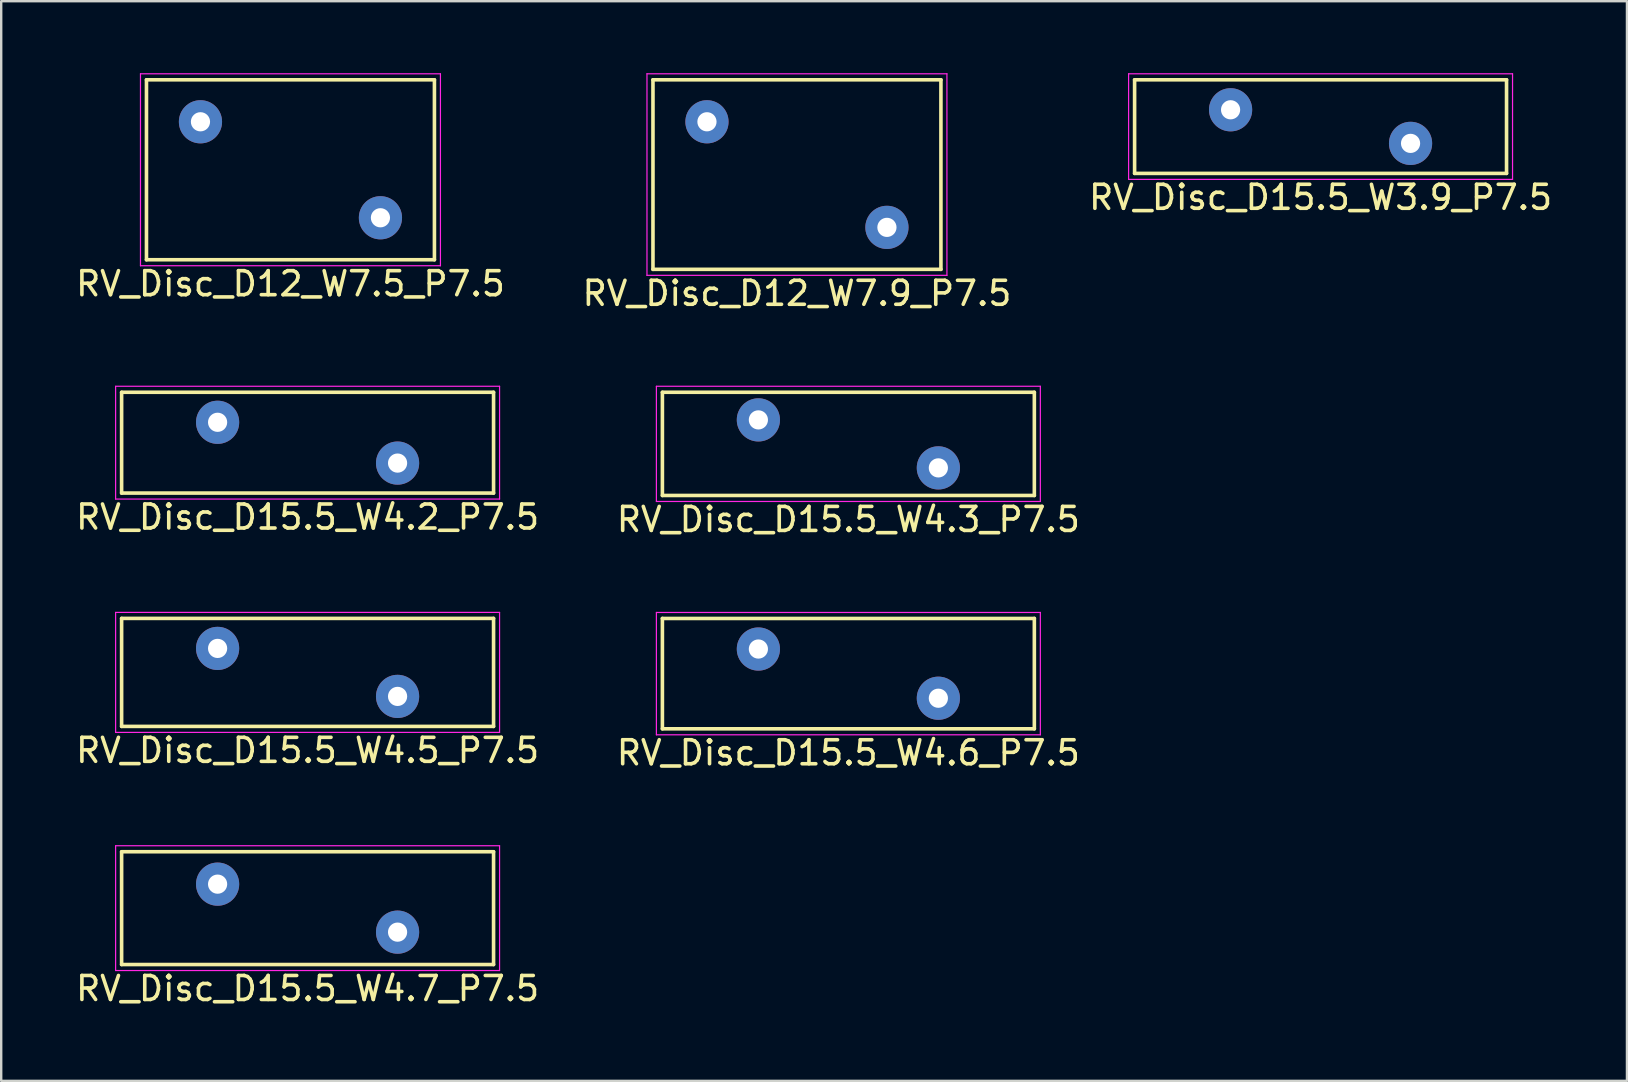
<source format=kicad_pcb>
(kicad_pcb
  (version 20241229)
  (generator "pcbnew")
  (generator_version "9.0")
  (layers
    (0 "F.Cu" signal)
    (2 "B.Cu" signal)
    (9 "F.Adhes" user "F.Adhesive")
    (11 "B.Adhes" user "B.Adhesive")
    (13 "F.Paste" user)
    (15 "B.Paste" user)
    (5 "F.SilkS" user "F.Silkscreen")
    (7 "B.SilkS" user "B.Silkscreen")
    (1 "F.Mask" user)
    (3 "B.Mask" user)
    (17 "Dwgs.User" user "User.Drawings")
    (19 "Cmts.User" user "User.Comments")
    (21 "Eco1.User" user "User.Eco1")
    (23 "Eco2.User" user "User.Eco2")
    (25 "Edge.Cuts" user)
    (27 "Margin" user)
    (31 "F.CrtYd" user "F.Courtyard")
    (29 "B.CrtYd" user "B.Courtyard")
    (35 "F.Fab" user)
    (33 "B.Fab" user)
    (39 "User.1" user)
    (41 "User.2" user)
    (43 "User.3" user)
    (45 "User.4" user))
  (footprint "RV_Disc_D15.5_W4.5_P7.5"
    (layer "F.Cu")
    (at 6.018 23.971)
    (property "Reference" "RV_Disc_D15.5_W4.5_P7.5" (at 3.75 4.25 0) (layer "F.SilkS") (effects (font (size 1 1) (thickness 0.15))))
    (attr through_hole)
    (fp_line (start -4 -1.25) (end -4 3.25) (stroke (width 0.15) (type solid)) (layer "F.SilkS"))
    (fp_line (start -4 -1.25) (end 11.5 -1.25) (stroke (width 0.15) (type solid)) (layer "F.SilkS"))
    (fp_line (start -4 3.25) (end 11.5 3.25) (stroke (width 0.15) (type solid)) (layer "F.SilkS"))
    (fp_line (start 11.5 -1.25) (end 11.5 3.25) (stroke (width 0.15) (type solid)) (layer "F.SilkS"))
    (fp_line (start -4.25 -1.5) (end -4.25 3.5) (stroke (width 0.05) (type solid)) (layer "F.CrtYd"))
    (fp_line (start -4.25 -1.5) (end 11.75 -1.5) (stroke (width 0.05) (type solid)) (layer "F.CrtYd"))
    (fp_line (start -4.25 3.5) (end 11.75 3.5) (stroke (width 0.05) (type solid)) (layer "F.CrtYd"))
    (fp_line (start 11.75 -1.5) (end 11.75 3.5) (stroke (width 0.05) (type solid)) (layer "F.CrtYd"))
    (pad "1" thru_hole circle (at 0 0) (size 1.8 1.8) (drill 0.8) (layers "*.Cu" "*.Mask"))
    (pad "2" thru_hole circle (at 7.5 2) (size 1.8 1.8) (drill 0.8) (layers "*.Cu" "*.Mask")))
  (footprint "RV_Disc_D12_W7.9_P7.5"
    (layer "F.Cu")
    (at 26.411 2.025)
    (property "Reference" "RV_Disc_D12_W7.9_P7.5" (at 3.75 7.15 0) (layer "F.SilkS") (effects (font (size 1 1) (thickness 0.15))))
    (attr through_hole)
    (fp_line (start -2.25 -1.75) (end -2.25 6.15) (stroke (width 0.15) (type solid)) (layer "F.SilkS"))
    (fp_line (start -2.25 -1.75) (end 9.75 -1.75) (stroke (width 0.15) (type solid)) (layer "F.SilkS"))
    (fp_line (start -2.25 6.15) (end 9.75 6.15) (stroke (width 0.15) (type solid)) (layer "F.SilkS"))
    (fp_line (start 9.75 -1.75) (end 9.75 6.15) (stroke (width 0.15) (type solid)) (layer "F.SilkS"))
    (fp_line (start -2.5 -2) (end -2.5 6.4) (stroke (width 0.05) (type solid)) (layer "F.CrtYd"))
    (fp_line (start -2.5 -2) (end 10 -2) (stroke (width 0.05) (type solid)) (layer "F.CrtYd"))
    (fp_line (start -2.5 6.4) (end 10 6.4) (stroke (width 0.05) (type solid)) (layer "F.CrtYd"))
    (fp_line (start 10 -2) (end 10 6.4) (stroke (width 0.05) (type solid)) (layer "F.CrtYd"))
    (pad "1" thru_hole circle (at 0 0) (size 1.8 1.8) (drill 0.8) (layers "*.Cu" "*.Mask"))
    (pad "2" thru_hole circle (at 7.5 4.4) (size 1.8 1.8) (drill 0.8) (layers "*.Cu" "*.Mask")))
  (footprint "RV_Disc_D12_W7.5_P7.5"
    (layer "F.Cu")
    (at 5.304 2.025)
    (property "Reference" "RV_Disc_D12_W7.5_P7.5" (at 3.75 6.75 0) (layer "F.SilkS") (effects (font (size 1 1) (thickness 0.15))))
    (attr through_hole)
    (fp_line (start -2.25 -1.75) (end -2.25 5.75) (stroke (width 0.15) (type solid)) (layer "F.SilkS"))
    (fp_line (start -2.25 -1.75) (end 9.75 -1.75) (stroke (width 0.15) (type solid)) (layer "F.SilkS"))
    (fp_line (start -2.25 5.75) (end 9.75 5.75) (stroke (width 0.15) (type solid)) (layer "F.SilkS"))
    (fp_line (start 9.75 -1.75) (end 9.75 5.75) (stroke (width 0.15) (type solid)) (layer "F.SilkS"))
    (fp_line (start -2.5 -2) (end -2.5 6) (stroke (width 0.05) (type solid)) (layer "F.CrtYd"))
    (fp_line (start -2.5 -2) (end 10 -2) (stroke (width 0.05) (type solid)) (layer "F.CrtYd"))
    (fp_line (start -2.5 6) (end 10 6) (stroke (width 0.05) (type solid)) (layer "F.CrtYd"))
    (fp_line (start 10 -2) (end 10 6) (stroke (width 0.05) (type solid)) (layer "F.CrtYd"))
    (pad "1" thru_hole circle (at 0 0) (size 1.8 1.8) (drill 0.8) (layers "*.Cu" "*.Mask"))
    (pad "2" thru_hole circle (at 7.5 4) (size 1.8 1.8) (drill 0.8) (layers "*.Cu" "*.Mask")))
  (footprint "RV_Disc_D15.5_W4.7_P7.5"
    (layer "F.Cu")
    (at 6.018 33.795)
    (property "Reference" "RV_Disc_D15.5_W4.7_P7.5" (at 3.75 4.35 0) (layer "F.SilkS") (effects (font (size 1 1) (thickness 0.15))))
    (attr through_hole)
    (fp_line (start -4 -1.35) (end -4 3.35) (stroke (width 0.15) (type solid)) (layer "F.SilkS"))
    (fp_line (start -4 -1.35) (end 11.5 -1.35) (stroke (width 0.15) (type solid)) (layer "F.SilkS"))
    (fp_line (start -4 3.35) (end 11.5 3.35) (stroke (width 0.15) (type solid)) (layer "F.SilkS"))
    (fp_line (start 11.5 -1.35) (end 11.5 3.35) (stroke (width 0.15) (type solid)) (layer "F.SilkS"))
    (fp_line (start -4.25 -1.6) (end -4.25 3.6) (stroke (width 0.05) (type solid)) (layer "F.CrtYd"))
    (fp_line (start -4.25 -1.6) (end 11.75 -1.6) (stroke (width 0.05) (type solid)) (layer "F.CrtYd"))
    (fp_line (start -4.25 3.6) (end 11.75 3.6) (stroke (width 0.05) (type solid)) (layer "F.CrtYd"))
    (fp_line (start 11.75 -1.6) (end 11.75 3.6) (stroke (width 0.05) (type solid)) (layer "F.CrtYd"))
    (pad "1" thru_hole circle (at 0 0) (size 1.8 1.8) (drill 0.8) (layers "*.Cu" "*.Mask"))
    (pad "2" thru_hole circle (at 7.5 2) (size 1.8 1.8) (drill 0.8) (layers "*.Cu" "*.Mask")))
  (footprint "RV_Disc_D15.5_W3.9_P7.5"
    (layer "F.Cu")
    (at 48.232 1.525)
    (property "Reference" "RV_Disc_D15.5_W3.9_P7.5" (at 3.75 3.65 0) (layer "F.SilkS") (effects (font (size 1 1) (thickness 0.15))))
    (attr through_hole)
    (fp_line (start -4 -1.25) (end -4 2.65) (stroke (width 0.15) (type solid)) (layer "F.SilkS"))
    (fp_line (start -4 -1.25) (end 11.5 -1.25) (stroke (width 0.15) (type solid)) (layer "F.SilkS"))
    (fp_line (start -4 2.65) (end 11.5 2.65) (stroke (width 0.15) (type solid)) (layer "F.SilkS"))
    (fp_line (start 11.5 -1.25) (end 11.5 2.65) (stroke (width 0.15) (type solid)) (layer "F.SilkS"))
    (fp_line (start -4.25 -1.5) (end -4.25 2.9) (stroke (width 0.05) (type solid)) (layer "F.CrtYd"))
    (fp_line (start -4.25 -1.5) (end 11.75 -1.5) (stroke (width 0.05) (type solid)) (layer "F.CrtYd"))
    (fp_line (start -4.25 2.9) (end 11.75 2.9) (stroke (width 0.05) (type solid)) (layer "F.CrtYd"))
    (fp_line (start 11.75 -1.5) (end 11.75 2.9) (stroke (width 0.05) (type solid)) (layer "F.CrtYd"))
    (pad "1" thru_hole circle (at 0 0) (size 1.8 1.8) (drill 0.8) (layers "*.Cu" "*.Mask"))
    (pad "2" thru_hole circle (at 7.5 1.4) (size 1.8 1.8) (drill 0.8) (layers "*.Cu" "*.Mask")))
  (footprint "RV_Disc_D15.5_W4.3_P7.5"
    (layer "F.Cu")
    (at 28.554 14.448)
    (property "Reference" "RV_Disc_D15.5_W4.3_P7.5" (at 3.75 4.15 0) (layer "F.SilkS") (effects (font (size 1 1) (thickness 0.15))))
    (attr through_hole)
    (fp_line (start -4 -1.15) (end -4 3.15) (stroke (width 0.15) (type solid)) (layer "F.SilkS"))
    (fp_line (start -4 -1.15) (end 11.5 -1.15) (stroke (width 0.15) (type solid)) (layer "F.SilkS"))
    (fp_line (start -4 3.15) (end 11.5 3.15) (stroke (width 0.15) (type solid)) (layer "F.SilkS"))
    (fp_line (start 11.5 -1.15) (end 11.5 3.15) (stroke (width 0.15) (type solid)) (layer "F.SilkS"))
    (fp_line (start -4.25 -1.4) (end -4.25 3.4) (stroke (width 0.05) (type solid)) (layer "F.CrtYd"))
    (fp_line (start -4.25 -1.4) (end 11.75 -1.4) (stroke (width 0.05) (type solid)) (layer "F.CrtYd"))
    (fp_line (start -4.25 3.4) (end 11.75 3.4) (stroke (width 0.05) (type solid)) (layer "F.CrtYd"))
    (fp_line (start 11.75 -1.4) (end 11.75 3.4) (stroke (width 0.05) (type solid)) (layer "F.CrtYd"))
    (pad "1" thru_hole circle (at 0 0) (size 1.8 1.8) (drill 0.8) (layers "*.Cu" "*.Mask"))
    (pad "2" thru_hole circle (at 7.5 2) (size 1.8 1.8) (drill 0.8) (layers "*.Cu" "*.Mask")))
  (footprint "RV_Disc_D15.5_W4.2_P7.5"
    (layer "F.Cu")
    (at 6.018 14.548)
    (property "Reference" "RV_Disc_D15.5_W4.2_P7.5" (at 3.75 3.95 0) (layer "F.SilkS") (effects (font (size 1 1) (thickness 0.15))))
    (attr through_hole)
    (fp_line (start -4 -1.25) (end -4 2.95) (stroke (width 0.15) (type solid)) (layer "F.SilkS"))
    (fp_line (start -4 -1.25) (end 11.5 -1.25) (stroke (width 0.15) (type solid)) (layer "F.SilkS"))
    (fp_line (start -4 2.95) (end 11.5 2.95) (stroke (width 0.15) (type solid)) (layer "F.SilkS"))
    (fp_line (start 11.5 -1.25) (end 11.5 2.95) (stroke (width 0.15) (type solid)) (layer "F.SilkS"))
    (fp_line (start -4.25 -1.5) (end -4.25 3.2) (stroke (width 0.05) (type solid)) (layer "F.CrtYd"))
    (fp_line (start -4.25 -1.5) (end 11.75 -1.5) (stroke (width 0.05) (type solid)) (layer "F.CrtYd"))
    (fp_line (start -4.25 3.2) (end 11.75 3.2) (stroke (width 0.05) (type solid)) (layer "F.CrtYd"))
    (fp_line (start 11.75 -1.5) (end 11.75 3.2) (stroke (width 0.05) (type solid)) (layer "F.CrtYd"))
    (pad "1" thru_hole circle (at 0 0) (size 1.8 1.8) (drill 0.8) (layers "*.Cu" "*.Mask"))
    (pad "2" thru_hole circle (at 7.5 1.7) (size 1.8 1.8) (drill 0.8) (layers "*.Cu" "*.Mask")))
  (footprint "RV_Disc_D15.5_W4.6_P7.5"
    (layer "F.Cu")
    (at 28.554 23.997)
    (property "Reference" "RV_Disc_D15.5_W4.6_P7.5" (at 3.75 4.325 0) (layer "F.SilkS") (effects (font (size 1 1) (thickness 0.15))))
    (attr through_hole)
    (fp_line (start -4 -1.275) (end -4 3.325) (stroke (width 0.15) (type solid)) (layer "F.SilkS"))
    (fp_line (start -4 -1.275) (end 11.5 -1.275) (stroke (width 0.15) (type solid)) (layer "F.SilkS"))
    (fp_line (start -4 3.325) (end 11.5 3.325) (stroke (width 0.15) (type solid)) (layer "F.SilkS"))
    (fp_line (start 11.5 -1.275) (end 11.5 3.325) (stroke (width 0.15) (type solid)) (layer "F.SilkS"))
    (fp_line (start -4.25 -1.525) (end -4.25 3.575) (stroke (width 0.05) (type solid)) (layer "F.CrtYd"))
    (fp_line (start -4.25 -1.525) (end 11.75 -1.525) (stroke (width 0.05) (type solid)) (layer "F.CrtYd"))
    (fp_line (start -4.25 3.575) (end 11.75 3.575) (stroke (width 0.05) (type solid)) (layer "F.CrtYd"))
    (fp_line (start 11.75 -1.525) (end 11.75 3.575) (stroke (width 0.05) (type solid)) (layer "F.CrtYd"))
    (pad "1" thru_hole circle (at 0 0) (size 1.8 1.8) (drill 0.8) (layers "*.Cu" "*.Mask"))
    (pad "2" thru_hole circle (at 7.5 2.05) (size 1.8 1.8) (drill 0.8) (layers "*.Cu" "*.Mask")))
  (gr_rect
    (start -3 -3)
    (end 64.75 41.993)
    (stroke (width 0.1) (type default))
    (fill no)
    (layer "Edge.Cuts")))
</source>
